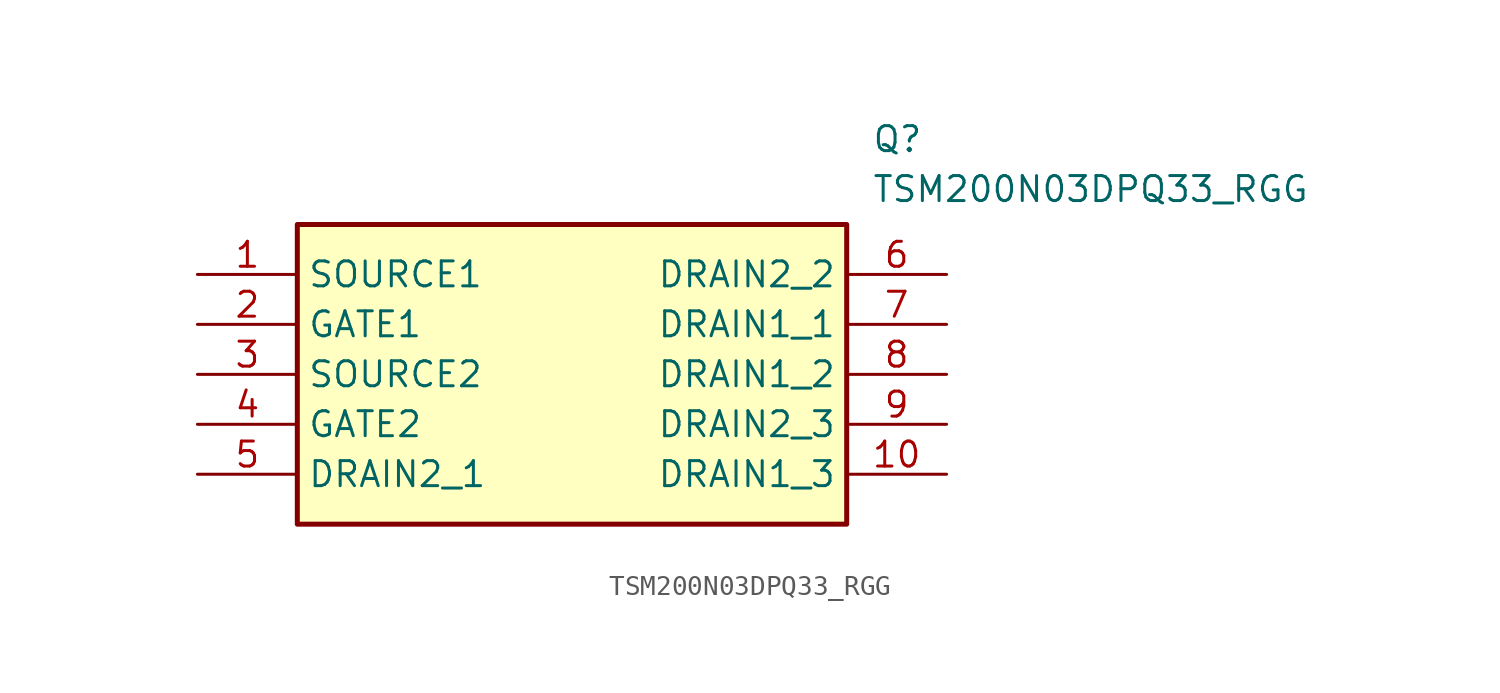
<source format=kicad_sym>
(kicad_symbol_lib
  (version 20211014)
  (generator SamacSys_ECAD_Model)
  (symbol "TSM200N03DPQ33_RGG"
    (property "Reference" "Q"
      (at 34.29 7.62 0)
      (effects (font (size 1.27 1.27)) (justify left top)))
    (property "Value" "TSM200N03DPQ33_RGG"
      (at 34.29 5.08 0)
      (effects (font (size 1.27 1.27)) (justify left top)))
    (rectangle
      (start 5.08 2.54)
      (end 33.02 -12.7)
      (stroke (width 0.254) (type default))
      (fill (type background)))
    (pin passive line
      (at 0 0 0)
      (length 5.08)
      (name "SOURCE1" (effects (font (size 1.27 1.27))))
      (number "1" (effects (font (size 1.27 1.27)))))
    (pin passive line
      (at 0 -2.54 0)
      (length 5.08)
      (name "GATE1" (effects (font (size 1.27 1.27))))
      (number "2" (effects (font (size 1.27 1.27)))))
    (pin passive line
      (at 0 -5.08 0)
      (length 5.08)
      (name "SOURCE2" (effects (font (size 1.27 1.27))))
      (number "3" (effects (font (size 1.27 1.27)))))
    (pin passive line
      (at 0 -7.62 0)
      (length 5.08)
      (name "GATE2" (effects (font (size 1.27 1.27))))
      (number "4" (effects (font (size 1.27 1.27)))))
    (pin passive line
      (at 0 -10.16 0)
      (length 5.08)
      (name "DRAIN2_1" (effects (font (size 1.27 1.27))))
      (number "5" (effects (font (size 1.27 1.27)))))
    (pin passive line
      (at 38.1 0 180)
      (length 5.08)
      (name "DRAIN2_2" (effects (font (size 1.27 1.27))))
      (number "6" (effects (font (size 1.27 1.27)))))
    (pin passive line
      (at 38.1 -2.54 180)
      (length 5.08)
      (name "DRAIN1_1" (effects (font (size 1.27 1.27))))
      (number "7" (effects (font (size 1.27 1.27)))))
    (pin passive line
      (at 38.1 -5.08 180)
      (length 5.08)
      (name "DRAIN1_2" (effects (font (size 1.27 1.27))))
      (number "8" (effects (font (size 1.27 1.27)))))
    (pin passive line
      (at 38.1 -7.62 180)
      (length 5.08)
      (name "DRAIN2_3" (effects (font (size 1.27 1.27))))
      (number "9" (effects (font (size 1.27 1.27)))))
    (pin passive line
      (at 38.1 -10.16 180)
      (length 5.08)
      (name "DRAIN1_3" (effects (font (size 1.27 1.27))))
      (number "10" (effects (font (size 1.27 1.27)))))))
</source>
